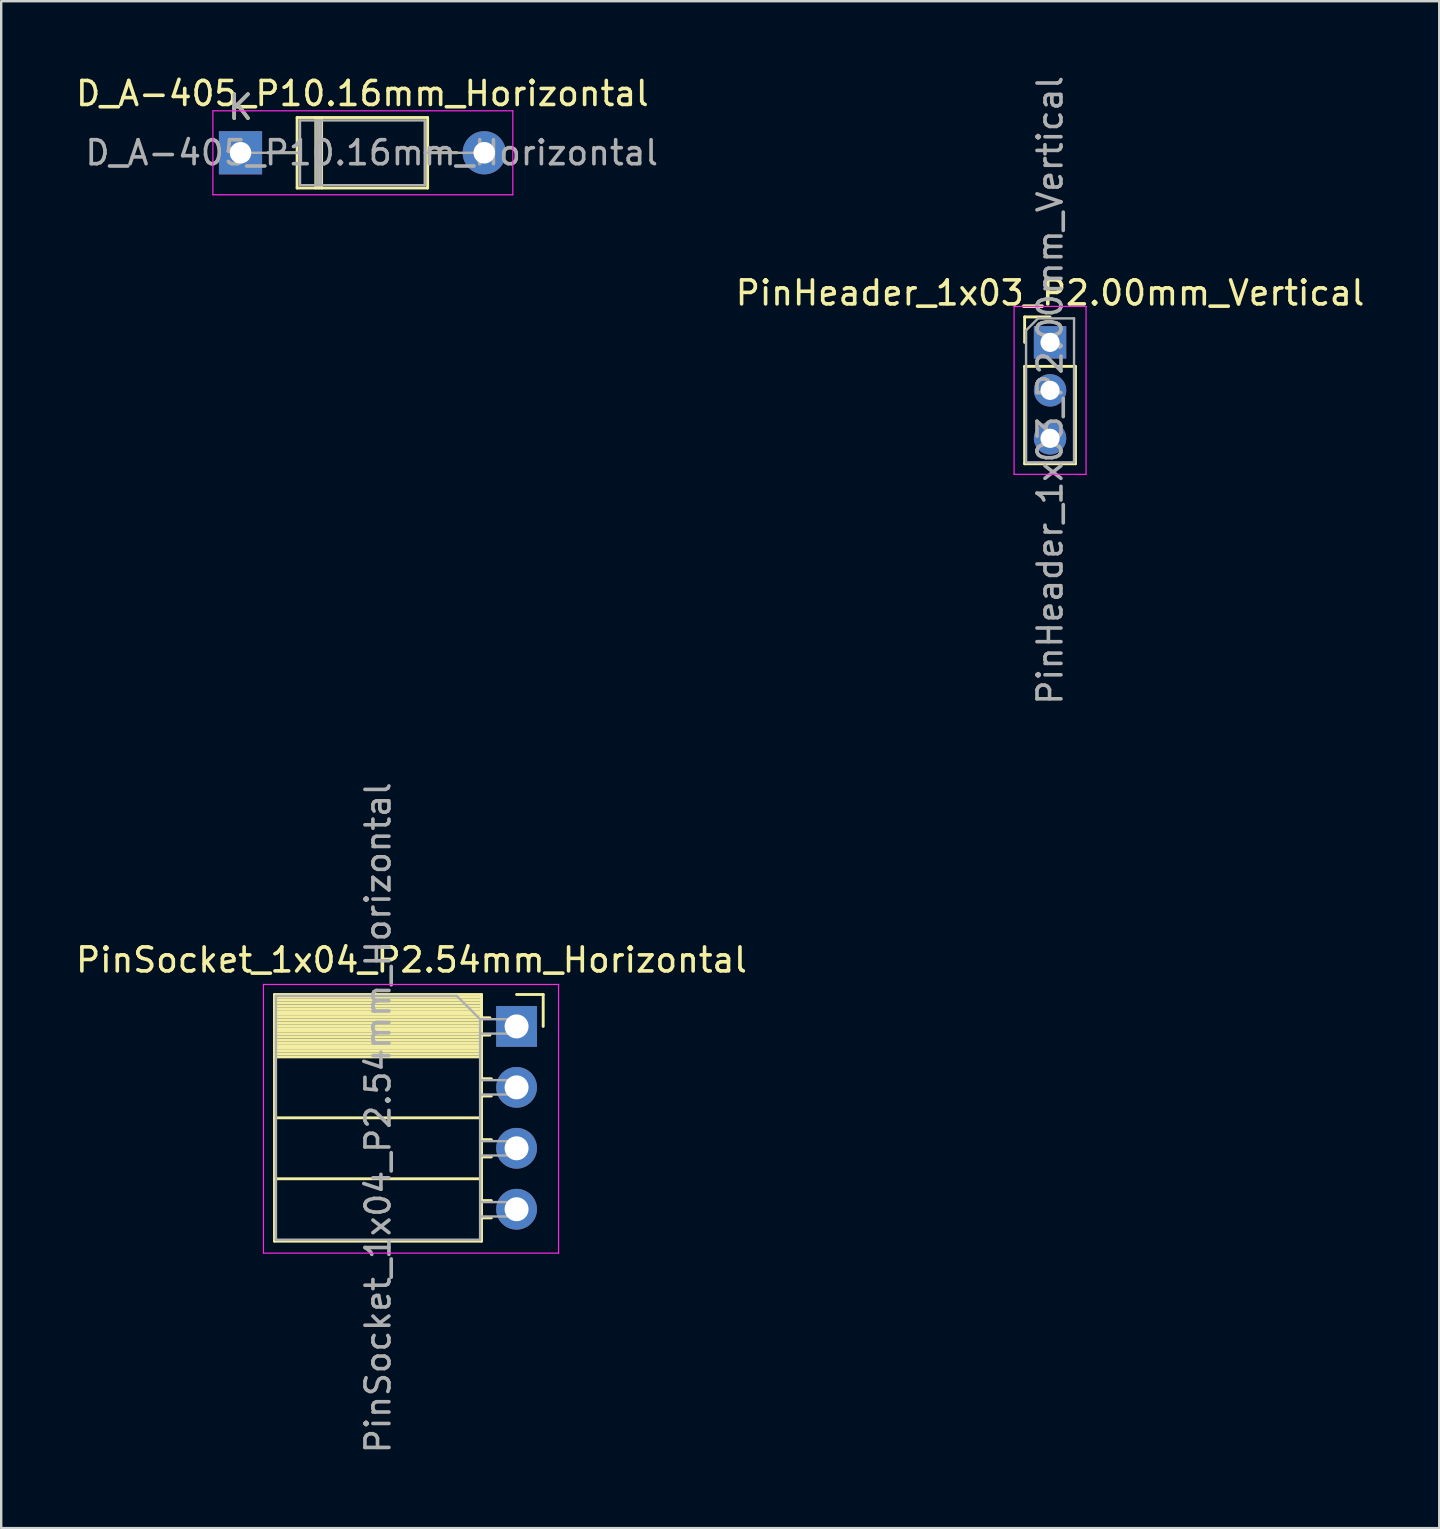
<source format=kicad_pcb>
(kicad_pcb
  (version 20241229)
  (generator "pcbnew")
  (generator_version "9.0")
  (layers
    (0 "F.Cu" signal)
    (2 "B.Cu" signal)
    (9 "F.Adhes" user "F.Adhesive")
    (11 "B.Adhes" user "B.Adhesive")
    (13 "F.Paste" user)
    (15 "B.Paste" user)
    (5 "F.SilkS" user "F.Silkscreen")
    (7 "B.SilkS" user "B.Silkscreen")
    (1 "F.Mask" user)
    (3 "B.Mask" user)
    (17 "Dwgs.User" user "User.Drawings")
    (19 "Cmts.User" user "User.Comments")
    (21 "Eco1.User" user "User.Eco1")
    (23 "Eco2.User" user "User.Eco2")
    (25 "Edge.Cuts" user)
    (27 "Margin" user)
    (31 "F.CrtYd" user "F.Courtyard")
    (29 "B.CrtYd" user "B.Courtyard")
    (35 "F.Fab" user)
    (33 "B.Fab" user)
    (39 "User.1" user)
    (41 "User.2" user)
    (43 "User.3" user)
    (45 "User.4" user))
  (footprint "PinHeader_1x03_P2.00mm_Vertical"
    (layer "F.Cu")
    (at 40.717 11.22)
    (property "Reference" "PinHeader_1x03_P2.00mm_Vertical" (at 0 -2.06 0) (layer "F.SilkS") (effects (font (size 1 1) (thickness 0.15))))
    (attr through_hole)
    (fp_line (start -1.06 -1.06) (end 0 -1.06) (stroke (width 0.12) (type solid)) (layer "F.SilkS"))
    (fp_line (start -1.06 0) (end -1.06 -1.06) (stroke (width 0.12) (type solid)) (layer "F.SilkS"))
    (fp_line (start -1.06 1) (end -1.06 5.06) (stroke (width 0.12) (type solid)) (layer "F.SilkS"))
    (fp_line (start -1.06 1) (end 1.06 1) (stroke (width 0.12) (type solid)) (layer "F.SilkS"))
    (fp_line (start -1.06 5.06) (end 1.06 5.06) (stroke (width 0.12) (type solid)) (layer "F.SilkS"))
    (fp_line (start 1.06 1) (end 1.06 5.06) (stroke (width 0.12) (type solid)) (layer "F.SilkS"))
    (fp_line (start -1.5 -1.5) (end -1.5 5.5) (stroke (width 0.05) (type solid)) (layer "F.CrtYd"))
    (fp_line (start -1.5 5.5) (end 1.5 5.5) (stroke (width 0.05) (type solid)) (layer "F.CrtYd"))
    (fp_line (start 1.5 -1.5) (end -1.5 -1.5) (stroke (width 0.05) (type solid)) (layer "F.CrtYd"))
    (fp_line (start 1.5 5.5) (end 1.5 -1.5) (stroke (width 0.05) (type solid)) (layer "F.CrtYd"))
    (fp_line (start -1 -0.5) (end -0.5 -1) (stroke (width 0.1) (type solid)) (layer "F.Fab"))
    (fp_line (start -1 5) (end -1 -0.5) (stroke (width 0.1) (type solid)) (layer "F.Fab"))
    (fp_line (start -0.5 -1) (end 1 -1) (stroke (width 0.1) (type solid)) (layer "F.Fab"))
    (fp_line (start 1 -1) (end 1 5) (stroke (width 0.1) (type solid)) (layer "F.Fab"))
    (fp_line (start 1 5) (end -1 5) (stroke (width 0.1) (type solid)) (layer "F.Fab"))
    (fp_text user "${REFERENCE}" (at 0 2 90) (layer "F.Fab") (effects (font (size 1 1) (thickness 0.15))))
    (pad "1" thru_hole rect (at 0 0) (size 1.35 1.35) (drill 0.8) (layers "*.Cu" "*.Mask"))
    (pad "2" thru_hole oval (at 0 2) (size 1.35 1.35) (drill 0.8) (layers "*.Cu" "*.Mask"))
    (pad "3" thru_hole oval (at 0 4) (size 1.35 1.35) (drill 0.8) (layers "*.Cu" "*.Mask")))
  (footprint "PinSocket_1x04_P2.54mm_Horizontal"
    (layer "F.Cu")
    (at 18.481 39.732)
    (property "Reference" "PinSocket_1x04_P2.54mm_Horizontal" (at -4.38 -2.77 0) (layer "F.SilkS") (effects (font (size 1 1) (thickness 0.15))))
    (attr through_hole)
    (fp_line (start -10.09 -1.33) (end -10.09 8.95) (stroke (width 0.12) (type solid)) (layer "F.SilkS"))
    (fp_line (start -10.09 -1.33) (end -1.46 -1.33) (stroke (width 0.12) (type solid)) (layer "F.SilkS"))
    (fp_line (start -10.09 -1.21) (end -1.46 -1.21) (stroke (width 0.12) (type solid)) (layer "F.SilkS"))
    (fp_line (start -10.09 -1.092) (end -1.46 -1.092) (stroke (width 0.12) (type solid)) (layer "F.SilkS"))
    (fp_line (start -10.09 -0.974) (end -1.46 -0.974) (stroke (width 0.12) (type solid)) (layer "F.SilkS"))
    (fp_line (start -10.09 -0.856) (end -1.46 -0.856) (stroke (width 0.12) (type solid)) (layer "F.SilkS"))
    (fp_line (start -10.09 -0.738) (end -1.46 -0.738) (stroke (width 0.12) (type solid)) (layer "F.SilkS"))
    (fp_line (start -10.09 -0.62) (end -1.46 -0.62) (stroke (width 0.12) (type solid)) (layer "F.SilkS"))
    (fp_line (start -10.09 -0.501) (end -1.46 -0.501) (stroke (width 0.12) (type solid)) (layer "F.SilkS"))
    (fp_line (start -10.09 -0.383) (end -1.46 -0.383) (stroke (width 0.12) (type solid)) (layer "F.SilkS"))
    (fp_line (start -10.09 -0.265) (end -1.46 -0.265) (stroke (width 0.12) (type solid)) (layer "F.SilkS"))
    (fp_line (start -10.09 -0.147) (end -1.46 -0.147) (stroke (width 0.12) (type solid)) (layer "F.SilkS"))
    (fp_line (start -10.09 -0.029) (end -1.46 -0.029) (stroke (width 0.12) (type solid)) (layer "F.SilkS"))
    (fp_line (start -10.09 0.089) (end -1.46 0.089) (stroke (width 0.12) (type solid)) (layer "F.SilkS"))
    (fp_line (start -10.09 0.207) (end -1.46 0.207) (stroke (width 0.12) (type solid)) (layer "F.SilkS"))
    (fp_line (start -10.09 0.325) (end -1.46 0.325) (stroke (width 0.12) (type solid)) (layer "F.SilkS"))
    (fp_line (start -10.09 0.443) (end -1.46 0.443) (stroke (width 0.12) (type solid)) (layer "F.SilkS"))
    (fp_line (start -10.09 0.561) (end -1.46 0.561) (stroke (width 0.12) (type solid)) (layer "F.SilkS"))
    (fp_line (start -10.09 0.68) (end -1.46 0.68) (stroke (width 0.12) (type solid)) (layer "F.SilkS"))
    (fp_line (start -10.09 0.798) (end -1.46 0.798) (stroke (width 0.12) (type solid)) (layer "F.SilkS"))
    (fp_line (start -10.09 0.916) (end -1.46 0.916) (stroke (width 0.12) (type solid)) (layer "F.SilkS"))
    (fp_line (start -10.09 1.034) (end -1.46 1.034) (stroke (width 0.12) (type solid)) (layer "F.SilkS"))
    (fp_line (start -10.09 1.152) (end -1.46 1.152) (stroke (width 0.12) (type solid)) (layer "F.SilkS"))
    (fp_line (start -10.09 1.27) (end -1.46 1.27) (stroke (width 0.12) (type solid)) (layer "F.SilkS"))
    (fp_line (start -10.09 3.81) (end -1.46 3.81) (stroke (width 0.12) (type solid)) (layer "F.SilkS"))
    (fp_line (start -10.09 6.35) (end -1.46 6.35) (stroke (width 0.12) (type solid)) (layer "F.SilkS"))
    (fp_line (start -10.09 8.95) (end -1.46 8.95) (stroke (width 0.12) (type solid)) (layer "F.SilkS"))
    (fp_line (start -1.46 -1.33) (end -1.46 8.95) (stroke (width 0.12) (type solid)) (layer "F.SilkS"))
    (fp_line (start -1.46 -0.36) (end -1.11 -0.36) (stroke (width 0.12) (type solid)) (layer "F.SilkS"))
    (fp_line (start -1.46 0.36) (end -1.11 0.36) (stroke (width 0.12) (type solid)) (layer "F.SilkS"))
    (fp_line (start -1.46 2.18) (end -1.05 2.18) (stroke (width 0.12) (type solid)) (layer "F.SilkS"))
    (fp_line (start -1.46 2.9) (end -1.05 2.9) (stroke (width 0.12) (type solid)) (layer "F.SilkS"))
    (fp_line (start -1.46 4.72) (end -1.05 4.72) (stroke (width 0.12) (type solid)) (layer "F.SilkS"))
    (fp_line (start -1.46 5.44) (end -1.05 5.44) (stroke (width 0.12) (type solid)) (layer "F.SilkS"))
    (fp_line (start -1.46 7.26) (end -1.05 7.26) (stroke (width 0.12) (type solid)) (layer "F.SilkS"))
    (fp_line (start -1.46 7.98) (end -1.05 7.98) (stroke (width 0.12) (type solid)) (layer "F.SilkS"))
    (fp_line (start 0 -1.33) (end 1.11 -1.33) (stroke (width 0.12) (type solid)) (layer "F.SilkS"))
    (fp_line (start 1.11 -1.33) (end 1.11 0) (stroke (width 0.12) (type solid)) (layer "F.SilkS"))
    (fp_line (start -10.55 -1.75) (end -10.55 9.45) (stroke (width 0.05) (type solid)) (layer "F.CrtYd"))
    (fp_line (start -10.55 9.45) (end 1.75 9.45) (stroke (width 0.05) (type solid)) (layer "F.CrtYd"))
    (fp_line (start 1.75 -1.75) (end -10.55 -1.75) (stroke (width 0.05) (type solid)) (layer "F.CrtYd"))
    (fp_line (start 1.75 9.45) (end 1.75 -1.75) (stroke (width 0.05) (type solid)) (layer "F.CrtYd"))
    (fp_line (start -10.03 -1.27) (end -2.49 -1.27) (stroke (width 0.1) (type solid)) (layer "F.Fab"))
    (fp_line (start -10.03 8.89) (end -10.03 -1.27) (stroke (width 0.1) (type solid)) (layer "F.Fab"))
    (fp_line (start -2.49 -1.27) (end -1.52 -0.3) (stroke (width 0.1) (type solid)) (layer "F.Fab"))
    (fp_line (start -1.52 -0.3) (end -1.52 8.89) (stroke (width 0.1) (type solid)) (layer "F.Fab"))
    (fp_line (start -1.52 0.3) (end 0 0.3) (stroke (width 0.1) (type solid)) (layer "F.Fab"))
    (fp_line (start -1.52 2.84) (end 0 2.84) (stroke (width 0.1) (type solid)) (layer "F.Fab"))
    (fp_line (start -1.52 5.38) (end 0 5.38) (stroke (width 0.1) (type solid)) (layer "F.Fab"))
    (fp_line (start -1.52 7.92) (end 0 7.92) (stroke (width 0.1) (type solid)) (layer "F.Fab"))
    (fp_line (start -1.52 8.89) (end -10.03 8.89) (stroke (width 0.1) (type solid)) (layer "F.Fab"))
    (fp_line (start 0 -0.3) (end -1.52 -0.3) (stroke (width 0.1) (type solid)) (layer "F.Fab"))
    (fp_line (start 0 0.3) (end 0 -0.3) (stroke (width 0.1) (type solid)) (layer "F.Fab"))
    (fp_line (start 0 2.24) (end -1.52 2.24) (stroke (width 0.1) (type solid)) (layer "F.Fab"))
    (fp_line (start 0 2.84) (end 0 2.24) (stroke (width 0.1) (type solid)) (layer "F.Fab"))
    (fp_line (start 0 4.78) (end -1.52 4.78) (stroke (width 0.1) (type solid)) (layer "F.Fab"))
    (fp_line (start 0 5.38) (end 0 4.78) (stroke (width 0.1) (type solid)) (layer "F.Fab"))
    (fp_line (start 0 7.32) (end -1.52 7.32) (stroke (width 0.1) (type solid)) (layer "F.Fab"))
    (fp_line (start 0 7.92) (end 0 7.32) (stroke (width 0.1) (type solid)) (layer "F.Fab"))
    (fp_text user "${REFERENCE}" (at -5.775 3.81 90) (layer "F.Fab") (effects (font (size 1 1) (thickness 0.15))))
    (pad "1" thru_hole rect (at 0 0) (size 1.7 1.7) (drill 1) (layers "*.Cu" "*.Mask"))
    (pad "2" thru_hole oval (at 0 2.54) (size 1.7 1.7) (drill 1) (layers "*.Cu" "*.Mask"))
    (pad "3" thru_hole oval (at 0 5.08) (size 1.7 1.7) (drill 1) (layers "*.Cu" "*.Mask"))
    (pad "4" thru_hole oval (at 0 7.62) (size 1.7 1.7) (drill 1) (layers "*.Cu" "*.Mask")))
  (footprint "D_A-405_P10.16mm_Horizontal"
    (layer "F.Cu")
    (at 6.974 3.318)
    (property "Reference" "D_A-405_P10.16mm_Horizontal" (at 5.08 -2.47 0) (layer "F.SilkS") (effects (font (size 1 1) (thickness 0.15))))
    (attr through_hole)
    (fp_line (start 1.14 0) (end 2.36 0) (stroke (width 0.12) (type solid)) (layer "F.SilkS"))
    (fp_line (start 2.36 -1.47) (end 2.36 1.47) (stroke (width 0.12) (type solid)) (layer "F.SilkS"))
    (fp_line (start 2.36 1.47) (end 7.8 1.47) (stroke (width 0.12) (type solid)) (layer "F.SilkS"))
    (fp_line (start 3.14 -1.47) (end 3.14 1.47) (stroke (width 0.12) (type solid)) (layer "F.SilkS"))
    (fp_line (start 3.26 -1.47) (end 3.26 1.47) (stroke (width 0.12) (type solid)) (layer "F.SilkS"))
    (fp_line (start 3.38 -1.47) (end 3.38 1.47) (stroke (width 0.12) (type solid)) (layer "F.SilkS"))
    (fp_line (start 7.8 -1.47) (end 2.36 -1.47) (stroke (width 0.12) (type solid)) (layer "F.SilkS"))
    (fp_line (start 7.8 1.47) (end 7.8 -1.47) (stroke (width 0.12) (type solid)) (layer "F.SilkS"))
    (fp_line (start 9.02 0) (end 7.8 0) (stroke (width 0.12) (type solid)) (layer "F.SilkS"))
    (fp_line (start -1.15 -1.75) (end -1.15 1.75) (stroke (width 0.05) (type solid)) (layer "F.CrtYd"))
    (fp_line (start -1.15 1.75) (end 11.35 1.75) (stroke (width 0.05) (type solid)) (layer "F.CrtYd"))
    (fp_line (start 11.35 -1.75) (end -1.15 -1.75) (stroke (width 0.05) (type solid)) (layer "F.CrtYd"))
    (fp_line (start 11.35 1.75) (end 11.35 -1.75) (stroke (width 0.05) (type solid)) (layer "F.CrtYd"))
    (fp_line (start 0 0) (end 2.48 0) (stroke (width 0.1) (type solid)) (layer "F.Fab"))
    (fp_line (start 2.48 -1.35) (end 2.48 1.35) (stroke (width 0.1) (type solid)) (layer "F.Fab"))
    (fp_line (start 2.48 1.35) (end 7.68 1.35) (stroke (width 0.1) (type solid)) (layer "F.Fab"))
    (fp_line (start 3.16 -1.35) (end 3.16 1.35) (stroke (width 0.1) (type solid)) (layer "F.Fab"))
    (fp_line (start 3.26 -1.35) (end 3.26 1.35) (stroke (width 0.1) (type solid)) (layer "F.Fab"))
    (fp_line (start 3.36 -1.35) (end 3.36 1.35) (stroke (width 0.1) (type solid)) (layer "F.Fab"))
    (fp_line (start 7.68 -1.35) (end 2.48 -1.35) (stroke (width 0.1) (type solid)) (layer "F.Fab"))
    (fp_line (start 7.68 1.35) (end 7.68 -1.35) (stroke (width 0.1) (type solid)) (layer "F.Fab"))
    (fp_line (start 10.16 0) (end 7.68 0) (stroke (width 0.1) (type solid)) (layer "F.Fab"))
    (fp_text user "K" (at 0 -1.9 0) (layer "F.SilkS") (effects (font (size 1 1) (thickness 0.15))))
    (fp_text user "K" (at 0 -1.9 0) (layer "F.Fab") (effects (font (size 1 1) (thickness 0.15))))
    (fp_text user "${REFERENCE}" (at 5.47 0 0) (layer "F.Fab") (effects (font (size 1 1) (thickness 0.15))))
    (pad "1" thru_hole rect (at 0 0) (size 1.8 1.8) (drill 0.9) (layers "*.Cu" "*.Mask"))
    (pad "2" thru_hole oval (at 10.16 0) (size 1.8 1.8) (drill 0.9) (layers "*.Cu" "*.Mask")))
  (gr_rect
    (start -3 -3)
    (end 56.938 60.643)
    (stroke (width 0.1) (type default))
    (fill no)
    (layer "Edge.Cuts")))
</source>
